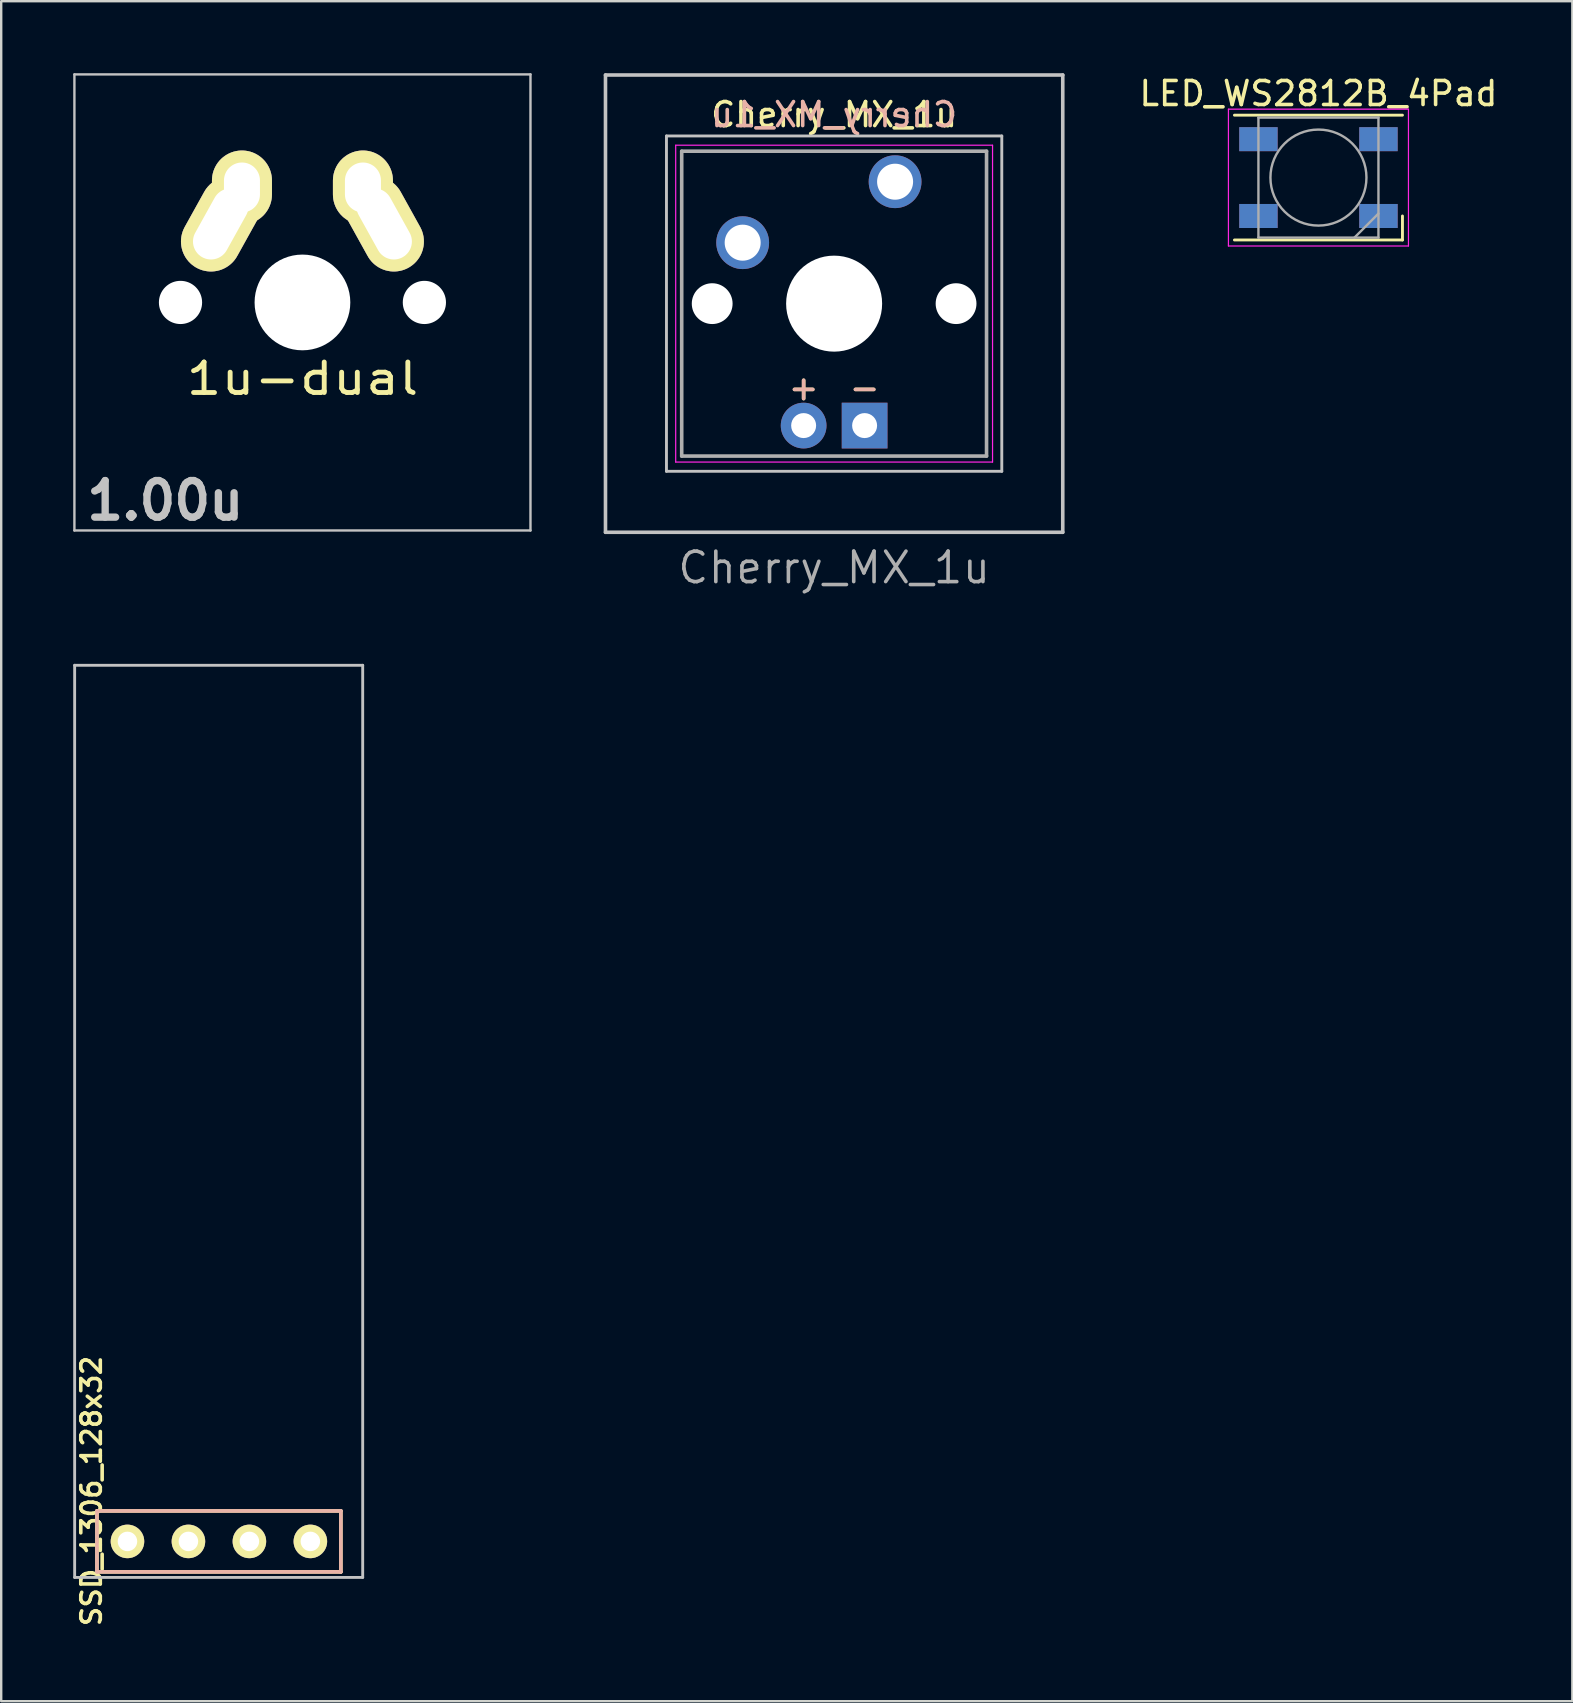
<source format=kicad_pcb>
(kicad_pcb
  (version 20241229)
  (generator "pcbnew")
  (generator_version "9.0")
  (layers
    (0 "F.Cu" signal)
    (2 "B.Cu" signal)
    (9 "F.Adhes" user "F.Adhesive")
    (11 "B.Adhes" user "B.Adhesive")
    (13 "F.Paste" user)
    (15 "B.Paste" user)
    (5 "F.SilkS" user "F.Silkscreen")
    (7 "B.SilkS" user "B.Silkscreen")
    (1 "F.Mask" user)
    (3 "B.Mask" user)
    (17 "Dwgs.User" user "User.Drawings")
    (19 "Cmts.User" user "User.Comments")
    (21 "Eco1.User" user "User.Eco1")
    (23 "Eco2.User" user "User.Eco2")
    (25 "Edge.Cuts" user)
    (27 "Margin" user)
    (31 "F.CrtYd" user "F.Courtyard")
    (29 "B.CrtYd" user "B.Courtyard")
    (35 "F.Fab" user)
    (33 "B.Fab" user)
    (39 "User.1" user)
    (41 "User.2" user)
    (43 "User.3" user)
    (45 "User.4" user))
  (footprint "1u-dual"
    (layer "F.Cu")
    (at 9.55 9.55)
    (property "Reference" "1u-dual" (at 0 3.175 0) (layer "F.SilkS") (effects (font (size 1.27 1.524) (thickness 0.203))))
    (attr through_hole)
    (fp_line (start -9.5 -9.5) (end 9.5 -9.5) (stroke (width 0.1) (type solid)) (layer "Dwgs.User"))
    (fp_line (start -9.5 9.5) (end -9.5 -9.5) (stroke (width 0.1) (type solid)) (layer "Dwgs.User"))
    (fp_line (start 9.5 -9.5) (end 9.5 9.5) (stroke (width 0.1) (type solid)) (layer "Dwgs.User"))
    (fp_line (start 9.5 9.5) (end -9.5 9.5) (stroke (width 0.1) (type solid)) (layer "Dwgs.User"))
    (fp_line (start -6.985 -6.985) (end 6.985 -6.985) (stroke (width 0.05) (type solid)) (layer "Eco1.User"))
    (fp_line (start -6.985 6.985) (end -6.985 -6.985) (stroke (width 0.05) (type solid)) (layer "Eco1.User"))
    (fp_line (start -6.985 6.985) (end 6.985 6.985) (stroke (width 0.05) (type solid)) (layer "Eco1.User"))
    (fp_line (start 6.985 6.985) (end 6.985 -6.985) (stroke (width 0.05) (type solid)) (layer "Eco1.User"))
    (fp_line (start -7 -7) (end 7 -7) (stroke (width 0.15) (type solid)) (layer "Eco2.User"))
    (fp_line (start -7 7) (end -7 -7) (stroke (width 0.15) (type solid)) (layer "Eco2.User"))
    (fp_line (start 7 -7) (end 7 7) (stroke (width 0.15) (type solid)) (layer "Eco2.User"))
    (fp_line (start 7 7) (end -7 7) (stroke (width 0.15) (type solid)) (layer "Eco2.User"))
    (fp_text user "1.00u" (at -5.715 8.255 0) (layer "Dwgs.User") (effects (font (size 1.524 1.524) (thickness 0.305))))
    (pad "" np_thru_hole circle (at -5.08 0) (size 1.8 1.8) (drill 1.8) (layers "*.Cu"))
    (pad "" np_thru_hole circle (at 0 0) (size 3.988 3.988) (drill 3.988) (layers "*.Cu"))
    (pad "" np_thru_hole circle (at 5.08 0) (size 1.8 1.8) (drill 1.8) (layers "*.Cu"))
    (pad "1" thru_hole oval (at -3.405 -3.27 330.95) (size 2.5 4.17) (drill oval 1.5 3.17) (layers "*.Cu" "*.Mask" "F.SilkS"))
    (pad "1" thru_hole oval (at -2.52 -4.79) (size 2.5 3.08) (drill oval 1.5 2.08) (layers "*.Cu" "*.Mask" "F.SilkS"))
    (pad "2" thru_hole oval (at 2.52 -4.79) (size 2.5 3.08) (drill oval 1.5 2.08) (layers "*.Cu" "*.Mask" "F.SilkS"))
    (pad "2" thru_hole oval (at 3.405 -3.27 29) (size 2.5 4.17) (drill oval 1.5 3.17) (layers "*.Cu" "*.Mask" "F.SilkS")))
  (footprint "SSD_1306_128x32"
    (layer "F.Cu")
    (at 2.26 61.166)
    (property "Reference" "SSD_1306_128x32" (at -1.5 -2.1 90) (layer "F.SilkS") (effects (font (size 0.813 0.813) (thickness 0.15))))
    (attr through_hole)
    (fp_line (start -1.27 -1.27) (end 8.89 -1.27) (stroke (width 0.15) (type solid)) (layer "F.SilkS"))
    (fp_line (start -1.27 1.27) (end -1.27 -1.27) (stroke (width 0.15) (type solid)) (layer "F.SilkS"))
    (fp_line (start -1.27 1.27) (end 8.89 1.27) (stroke (width 0.15) (type solid)) (layer "F.SilkS"))
    (fp_line (start 8.89 -1.27) (end 8.89 1.27) (stroke (width 0.15) (type solid)) (layer "F.SilkS"))
    (fp_line (start -1.27 -1.27) (end 8.89 -1.27) (stroke (width 0.15) (type solid)) (layer "B.SilkS"))
    (fp_line (start -1.27 1.27) (end -1.27 -1.27) (stroke (width 0.15) (type solid)) (layer "B.SilkS"))
    (fp_line (start 8.89 -1.27) (end 8.89 1.27) (stroke (width 0.15) (type solid)) (layer "B.SilkS"))
    (fp_line (start 8.89 1.27) (end -1.27 1.27) (stroke (width 0.15) (type solid)) (layer "B.SilkS"))
    (fp_line (start -2.2 -36.5) (end -2.2 1.5) (stroke (width 0.12) (type solid)) (layer "Dwgs.User"))
    (fp_line (start -2.2 -36.5) (end 9.8 -36.5) (stroke (width 0.12) (type solid)) (layer "Dwgs.User"))
    (fp_line (start -2.2 1.5) (end 9.8 1.5) (stroke (width 0.12) (type solid)) (layer "Dwgs.User"))
    (fp_line (start 9.8 -36.5) (end 9.8 1.5) (stroke (width 0.12) (type solid)) (layer "Dwgs.User"))
    (pad "1" thru_hole circle (at 0 0) (size 1.397 1.397) (drill 0.813) (layers "*.Cu" "*.Mask" "F.SilkS"))
    (pad "2" thru_hole circle (at 2.54 0) (size 1.397 1.397) (drill 0.813) (layers "*.Cu" "*.Mask" "F.SilkS"))
    (pad "3" thru_hole circle (at 5.08 0) (size 1.397 1.397) (drill 0.813) (layers "*.Cu" "*.Mask" "F.SilkS"))
    (pad "4" thru_hole circle (at 7.62 0) (size 1.397 1.397) (drill 0.813) (layers "*.Cu" "*.Mask" "F.SilkS")))
  (footprint "LED_WS2812B_4Pad"
    (layer "F.Cu")
    (at 51.877 4.348)
    (property "Reference" "LED_WS2812B_4Pad" (at 0 -3.5 0) (layer "F.SilkS") (effects (font (size 1 1) (thickness 0.15))))
    (attr smd)
    (fp_line (start -3.5 -2.6) (end 3.5 -2.6) (stroke (width 0.12) (type solid)) (layer "F.SilkS"))
    (fp_line (start -3.5 2.6) (end 3.5 2.6) (stroke (width 0.12) (type solid)) (layer "F.SilkS"))
    (fp_line (start 3.5 2.6) (end 3.5 1.6) (stroke (width 0.12) (type solid)) (layer "F.SilkS"))
    (fp_line (start -3.75 -2.85) (end -3.75 2.85) (stroke (width 0.05) (type solid)) (layer "F.CrtYd"))
    (fp_line (start -3.75 2.85) (end 3.75 2.85) (stroke (width 0.05) (type solid)) (layer "F.CrtYd"))
    (fp_line (start 3.75 -2.85) (end -3.75 -2.85) (stroke (width 0.05) (type solid)) (layer "F.CrtYd"))
    (fp_line (start 3.75 2.85) (end 3.75 -2.85) (stroke (width 0.05) (type solid)) (layer "F.CrtYd"))
    (fp_line (start -2.5 -2.5) (end -2.5 2.5) (stroke (width 0.1) (type solid)) (layer "F.Fab"))
    (fp_line (start -2.5 2.5) (end 2.5 2.5) (stroke (width 0.1) (type solid)) (layer "F.Fab"))
    (fp_line (start 2.5 -2.5) (end -2.5 -2.5) (stroke (width 0.1) (type solid)) (layer "F.Fab"))
    (fp_line (start 2.5 1.5) (end 1.5 2.5) (stroke (width 0.1) (type solid)) (layer "F.Fab"))
    (fp_line (start 2.5 2.5) (end 2.5 -2.5) (stroke (width 0.1) (type solid)) (layer "F.Fab"))
    (fp_circle (center 0 0) (end 0 -2) (stroke (width 0.1) (type solid)) (fill no) (layer "F.Fab"))
    (pad "1" smd rect (at -2.5 -1.6) (size 1.6 1) (layers "F.Cu" "F.Mask" "F.Paste"))
    (pad "1" smd rect (at -2.5 1.6) (size 1.6 1) (layers "B.Cu" "B.Mask" "B.Paste"))
    (pad "2" smd rect (at -2.5 -1.6) (size 1.6 1) (layers "B.Cu" "B.Mask" "B.Paste"))
    (pad "2" smd rect (at -2.5 1.6) (size 1.6 1) (layers "F.Cu" "F.Mask" "F.Paste"))
    (pad "3" smd rect (at 2.5 -1.6) (size 1.6 1) (layers "B.Cu" "B.Mask" "B.Paste"))
    (pad "3" smd rect (at 2.5 1.6) (size 1.6 1) (layers "F.Cu" "F.Mask" "F.Paste"))
    (pad "4" smd rect (at 2.5 -1.6) (size 1.6 1) (layers "F.Cu" "F.Mask" "F.Paste"))
    (pad "4" smd rect (at 2.5 1.6) (size 1.6 1) (layers "B.Cu" "B.Mask" "B.Paste")))
  (footprint "Cherry_MX_1u"
    (layer "F.Cu")
    (at 31.7 9.6)
    (property "Reference" "Cherry_MX_1u" (at 0 11 0) (layer "F.Fab") (effects (font (size 1.27 1.27) (thickness 0.15))))
    (attr through_hole)
    (fp_line (start -9.525 -9.525) (end 9.525 -9.525) (stroke (width 0.15) (type solid)) (layer "Dwgs.User"))
    (fp_line (start -9.525 9.525) (end -9.525 -9.525) (stroke (width 0.15) (type solid)) (layer "Dwgs.User"))
    (fp_line (start -6.985 -6.985) (end 6.985 -6.985) (stroke (width 0.12) (type solid)) (layer "Dwgs.User"))
    (fp_line (start -6.985 6.985) (end -6.985 -6.985) (stroke (width 0.12) (type solid)) (layer "Dwgs.User"))
    (fp_line (start 6.985 -6.985) (end 6.985 6.985) (stroke (width 0.12) (type solid)) (layer "Dwgs.User"))
    (fp_line (start 6.985 6.985) (end -6.985 6.985) (stroke (width 0.12) (type solid)) (layer "Dwgs.User"))
    (fp_line (start 9.525 -9.525) (end 9.525 9.525) (stroke (width 0.15) (type solid)) (layer "Dwgs.User"))
    (fp_line (start 9.525 9.525) (end -9.525 9.525) (stroke (width 0.15) (type solid)) (layer "Dwgs.User"))
    (fp_line (start -6.985 -6.985) (end 6.985 -6.985) (stroke (width 0.05) (type solid)) (layer "Eco1.User"))
    (fp_line (start -6.985 6.985) (end -6.985 -6.985) (stroke (width 0.05) (type solid)) (layer "Eco1.User"))
    (fp_line (start 6.985 -6.985) (end 6.985 6.985) (stroke (width 0.05) (type solid)) (layer "Eco1.User"))
    (fp_line (start 6.985 6.985) (end -6.985 6.985) (stroke (width 0.05) (type solid)) (layer "Eco1.User"))
    (fp_line (start -6.6 -6.6) (end 6.6 -6.6) (stroke (width 0.05) (type solid)) (layer "F.CrtYd"))
    (fp_line (start -6.6 6.6) (end -6.6 -6.6) (stroke (width 0.05) (type solid)) (layer "F.CrtYd"))
    (fp_line (start 6.6 -6.6) (end 6.6 6.6) (stroke (width 0.05) (type solid)) (layer "F.CrtYd"))
    (fp_line (start 6.6 6.6) (end -6.6 6.6) (stroke (width 0.05) (type solid)) (layer "F.CrtYd"))
    (fp_line (start -6.35 -6.35) (end 6.35 -6.35) (stroke (width 0.15) (type solid)) (layer "F.Fab"))
    (fp_line (start -6.35 6.35) (end -6.35 -6.35) (stroke (width 0.15) (type solid)) (layer "F.Fab"))
    (fp_line (start 6.35 -6.35) (end 6.35 6.35) (stroke (width 0.15) (type solid)) (layer "F.Fab"))
    (fp_line (start 6.35 6.35) (end -6.35 6.35) (stroke (width 0.15) (type solid)) (layer "F.Fab"))
    (fp_text user "${REFERENCE}" (at 0 -7.874 0) (layer "F.SilkS") (effects (font (size 1 1) (thickness 0.15))))
    (fp_text user "+" (at -1.27 3.5 0) (layer "F.SilkS") (effects (font (size 1 1) (thickness 0.15))))
    (fp_text user "-" (at 1.27 3.5 0) (layer "F.SilkS") (effects (font (size 1 1) (thickness 0.15))))
    (fp_text user "-" (at 1.27 3.5 0) (layer "B.SilkS") (effects (font (size 1 1) (thickness 0.15))))
    (fp_text user "+" (at -1.27 3.5 0) (layer "B.SilkS") (effects (font (size 1 1) (thickness 0.15))))
    (fp_text user "${REFERENCE}" (at 0 -7.874 0) (layer "B.SilkS") (effects (font (size 1 1) (thickness 0.15)) (justify mirror)))
    (pad "" np_thru_hole circle (at -5.08 0) (size 1.7 1.7) (drill 1.7) (layers "*.Cu" "*.Mask"))
    (pad "" np_thru_hole circle (at 0 0) (size 4 4) (drill 4) (layers "*.Cu" "*.Mask"))
    (pad "" np_thru_hole circle (at 5.08 0) (size 1.7 1.7) (drill 1.7) (layers "*.Cu" "*.Mask"))
    (pad "1" thru_hole circle (at 2.54 -5.08) (size 2.2 2.2) (drill 1.5) (layers "*.Cu" "*.Mask"))
    (pad "2" thru_hole circle (at -3.81 -2.54) (size 2.2 2.2) (drill 1.5) (layers "*.Cu" "*.Mask"))
    (pad "3" thru_hole circle (at -1.27 5.08) (size 1.905 1.905) (drill 1.04) (layers "*.Cu" "*.Mask"))
    (pad "4" thru_hole rect (at 1.27 5.08) (size 1.905 1.905) (drill 1.04) (layers "*.Cu" "*.Mask")))
  (gr_rect
    (start -3 -3)
    (end 62.455 67.822)
    (stroke (width 0.1) (type default))
    (fill no)
    (layer "Edge.Cuts")))
</source>
